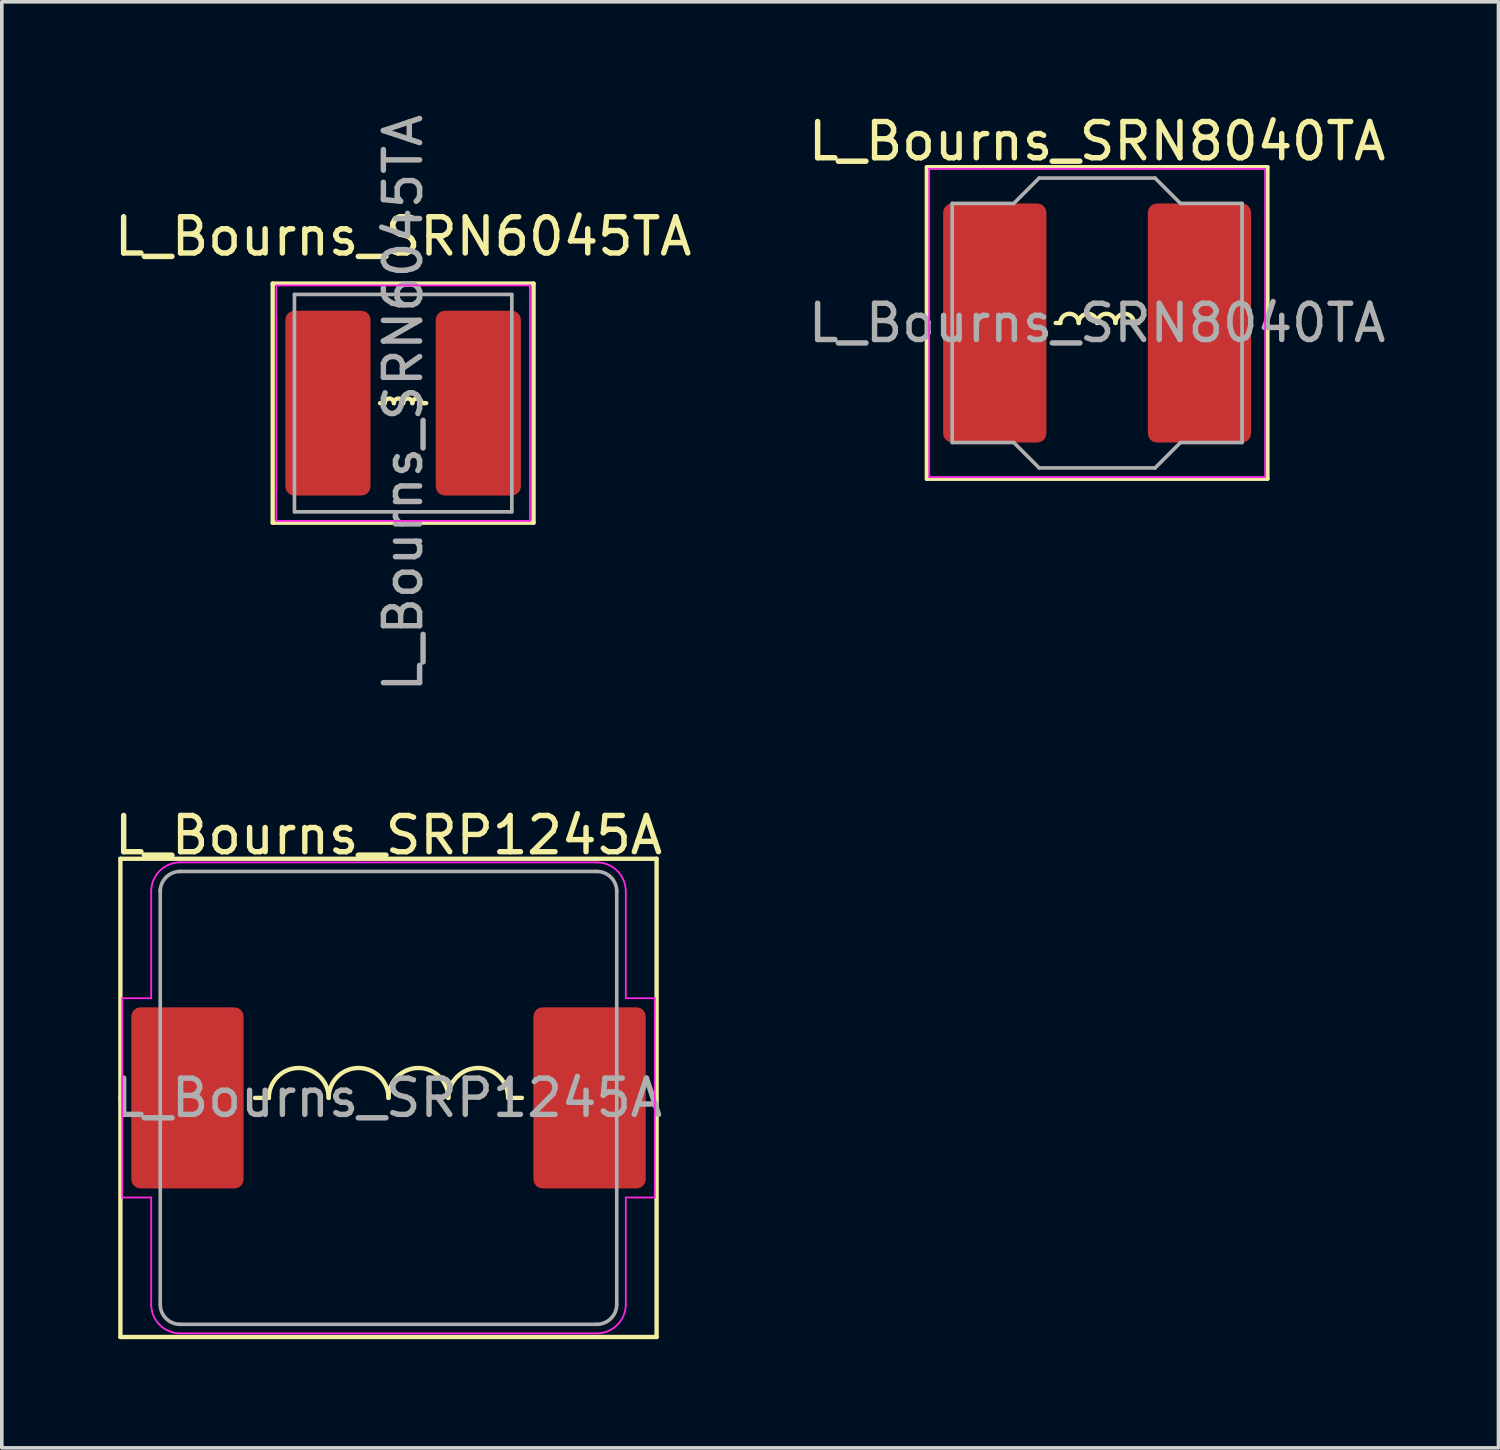
<source format=kicad_pcb>
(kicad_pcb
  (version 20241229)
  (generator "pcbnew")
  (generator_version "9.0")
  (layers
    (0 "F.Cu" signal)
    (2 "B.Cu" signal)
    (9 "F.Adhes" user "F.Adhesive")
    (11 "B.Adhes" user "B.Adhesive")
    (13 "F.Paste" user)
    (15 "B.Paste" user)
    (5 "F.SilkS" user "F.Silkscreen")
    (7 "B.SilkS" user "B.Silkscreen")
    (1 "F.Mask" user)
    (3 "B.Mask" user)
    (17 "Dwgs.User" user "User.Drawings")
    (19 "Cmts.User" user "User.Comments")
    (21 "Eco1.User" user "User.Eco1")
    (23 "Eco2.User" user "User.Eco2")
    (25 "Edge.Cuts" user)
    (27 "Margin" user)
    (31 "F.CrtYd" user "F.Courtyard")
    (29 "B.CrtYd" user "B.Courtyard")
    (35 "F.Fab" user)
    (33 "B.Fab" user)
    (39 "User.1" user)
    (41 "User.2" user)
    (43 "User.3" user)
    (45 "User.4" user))
  (footprint "L_Bourns_SRP1245A"
    (layer "F.Cu")
    (at 7.673 27.253)
    (property "Reference" "L_Bourns_SRP1245A" (at 0 -7.25 0) (layer "F.SilkS") (effects (font (size 1 1) (thickness 0.15))))
    (attr smd)
    (fp_line (start -7.4 -6.6) (end 7.4 -6.6) (stroke (width 0.12) (type solid)) (layer "F.SilkS"))
    (fp_line (start -7.4 0) (end -7.4 -6.6) (stroke (width 0.12) (type solid)) (layer "F.SilkS"))
    (fp_line (start -7.4 6.6) (end -7.4 0) (stroke (width 0.12) (type solid)) (layer "F.SilkS"))
    (fp_line (start -3.683 0) (end -3.302 0) (stroke (width 0.12) (type solid)) (layer "F.SilkS"))
    (fp_line (start 3.302 0) (end 3.683 0) (stroke (width 0.12) (type solid)) (layer "F.SilkS"))
    (fp_line (start 7.4 -6.6) (end 7.4 6.6) (stroke (width 0.12) (type solid)) (layer "F.SilkS"))
    (fp_line (start 7.4 6.6) (end -7.4 6.6) (stroke (width 0.12) (type solid)) (layer "F.SilkS"))
    (fp_arc (start -3.302 0) (mid -2.4765 -0.8255) (end -1.651 0) (stroke (width 0.12) (type solid)) (layer "F.SilkS"))
    (fp_arc (start -1.651 0) (mid -0.8255 -0.8255) (end 0 0) (stroke (width 0.12) (type solid)) (layer "F.SilkS"))
    (fp_arc (start 0 0) (mid 0.8255 -0.8255) (end 1.651 0) (stroke (width 0.12) (type solid)) (layer "F.SilkS"))
    (fp_arc (start 1.651 0) (mid 2.4765 -0.8255) (end 3.302 0) (stroke (width 0.12) (type solid)) (layer "F.SilkS"))
    (fp_line (start -7.35 -2.75) (end -6.55 -2.75) (stroke (width 0.05) (type solid)) (layer "F.CrtYd"))
    (fp_line (start -7.35 2.75) (end -7.35 -2.75) (stroke (width 0.05) (type solid)) (layer "F.CrtYd"))
    (fp_line (start -7.35 2.75) (end -6.55 2.75) (stroke (width 0.05) (type solid)) (layer "F.CrtYd"))
    (fp_line (start -6.55 -2.75) (end -6.55 -5.7) (stroke (width 0.05) (type solid)) (layer "F.CrtYd"))
    (fp_line (start -6.55 5.7) (end -6.55 2.75) (stroke (width 0.05) (type solid)) (layer "F.CrtYd"))
    (fp_line (start -5.75 -6.5) (end 5.75 -6.5) (stroke (width 0.05) (type solid)) (layer "F.CrtYd"))
    (fp_line (start 5.75 6.5) (end -5.75 6.5) (stroke (width 0.05) (type solid)) (layer "F.CrtYd"))
    (fp_line (start 6.55 -5.7) (end 6.55 -2.75) (stroke (width 0.05) (type solid)) (layer "F.CrtYd"))
    (fp_line (start 6.55 2.75) (end 6.55 5.7) (stroke (width 0.05) (type solid)) (layer "F.CrtYd"))
    (fp_line (start 7.35 -2.75) (end 6.55 -2.75) (stroke (width 0.05) (type solid)) (layer "F.CrtYd"))
    (fp_line (start 7.35 -2.75) (end 7.35 2.75) (stroke (width 0.05) (type solid)) (layer "F.CrtYd"))
    (fp_line (start 7.35 2.75) (end 6.55 2.75) (stroke (width 0.05) (type solid)) (layer "F.CrtYd"))
    (fp_arc (start -6.55 -5.7) (mid -6.315685 -6.265685) (end -5.75 -6.5) (stroke (width 0.05) (type solid)) (layer "F.CrtYd"))
    (fp_arc (start -5.75 6.5) (mid -6.315685 6.265685) (end -6.55 5.7) (stroke (width 0.05) (type solid)) (layer "F.CrtYd"))
    (fp_arc (start 5.75 -6.5) (mid 6.315685 -6.265685) (end 6.55 -5.7) (stroke (width 0.05) (type solid)) (layer "F.CrtYd"))
    (fp_arc (start 6.55 5.7) (mid 6.315685 6.265685) (end 5.75 6.5) (stroke (width 0.05) (type solid)) (layer "F.CrtYd"))
    (fp_line (start -6.3 -5.75) (end -6.3 5.7) (stroke (width 0.1) (type solid)) (layer "F.Fab"))
    (fp_line (start -5.75 -6.25) (end 5.75 -6.25) (stroke (width 0.1) (type solid)) (layer "F.Fab"))
    (fp_line (start 5.75 6.25) (end -5.75 6.25) (stroke (width 0.1) (type solid)) (layer "F.Fab"))
    (fp_line (start 6.3 -5.7) (end 6.3 5.7) (stroke (width 0.1) (type solid)) (layer "F.Fab"))
    (fp_arc (start -6.3 -5.7) (mid -6.138909 -6.088909) (end -5.75 -6.25) (stroke (width 0.1) (type solid)) (layer "F.Fab"))
    (fp_arc (start -5.75 6.25) (mid -6.138909 6.088909) (end -6.3 5.7) (stroke (width 0.1) (type solid)) (layer "F.Fab"))
    (fp_arc (start 5.75 -6.25) (mid 6.138909 -6.088909) (end 6.3 -5.7) (stroke (width 0.1) (type solid)) (layer "F.Fab"))
    (fp_arc (start 6.3 5.7) (mid 6.138909 6.088909) (end 5.75 6.25) (stroke (width 0.1) (type solid)) (layer "F.Fab"))
    (fp_text user "${REFERENCE}" (at 0 0 0) (layer "F.Fab") (effects (font (size 1 1) (thickness 0.15))))
    (pad "1" smd roundrect (at -5.55 0) (size 3.1 5) (layers "F.Cu" "F.Mask" "F.Paste") (roundrect_rratio 0.081))
    (pad "2" smd roundrect (at 5.55 0) (size 3.1 5) (layers "F.Cu" "F.Mask" "F.Paste") (roundrect_rratio 0.081)))
  (footprint "L_Bourns_SRN6045TA"
    (layer "F.Cu")
    (at 8.077 8.077)
    (property "Reference" "L_Bourns_SRN6045TA" (at 0 -4.6 0) (layer "F.SilkS") (effects (font (size 1 1) (thickness 0.15))))
    (attr smd)
    (fp_line (start -3.6 -3.3) (end -3.6 3.3) (stroke (width 0.12) (type solid)) (layer "F.SilkS"))
    (fp_line (start -3.6 3.3) (end 3.6 3.3) (stroke (width 0.12) (type solid)) (layer "F.SilkS"))
    (fp_line (start -0.508 0) (end -0.635 0) (stroke (width 0.12) (type solid)) (layer "F.SilkS"))
    (fp_line (start 0.508 0) (end 0.635 0) (stroke (width 0.12) (type solid)) (layer "F.SilkS"))
    (fp_line (start 3.6 -3.3) (end -3.6 -3.3) (stroke (width 0.12) (type solid)) (layer "F.SilkS"))
    (fp_line (start 3.6 3.3) (end 3.6 -3.3) (stroke (width 0.12) (type solid)) (layer "F.SilkS"))
    (fp_arc (start -0.508 0) (mid -0.381 -0.127) (end -0.254 0) (stroke (width 0.12) (type solid)) (layer "F.SilkS"))
    (fp_arc (start -0.254 0) (mid -0.127 -0.127) (end 0 0) (stroke (width 0.12) (type solid)) (layer "F.SilkS"))
    (fp_arc (start 0 0) (mid 0.127 -0.127) (end 0.254 0) (stroke (width 0.12) (type solid)) (layer "F.SilkS"))
    (fp_arc (start 0.254 0) (mid 0.381 -0.127) (end 0.508 0) (stroke (width 0.12) (type solid)) (layer "F.SilkS"))
    (fp_line (start -3.5 -3.25) (end -3.5 3.25) (stroke (width 0.05) (type solid)) (layer "F.CrtYd"))
    (fp_line (start -3.5 3.25) (end 3.5 3.25) (stroke (width 0.05) (type solid)) (layer "F.CrtYd"))
    (fp_line (start 3.5 -3.25) (end -3.5 -3.25) (stroke (width 0.05) (type solid)) (layer "F.CrtYd"))
    (fp_line (start 3.5 3.25) (end 3.5 -3.25) (stroke (width 0.05) (type solid)) (layer "F.CrtYd"))
    (fp_line (start -3 -3) (end -3 3) (stroke (width 0.1) (type solid)) (layer "F.Fab"))
    (fp_line (start -3 -3) (end 3 -3) (stroke (width 0.1) (type solid)) (layer "F.Fab"))
    (fp_line (start -3 3) (end 3 3) (stroke (width 0.1) (type solid)) (layer "F.Fab"))
    (fp_line (start 3 3) (end 3 -3) (stroke (width 0.1) (type solid)) (layer "F.Fab"))
    (fp_text user "${REFERENCE}" (at 0 0 90) (layer "F.Fab") (effects (font (size 1 1) (thickness 0.15))))
    (pad "1" smd roundrect (at -2.075 0) (size 2.35 5.1) (layers "F.Cu" "F.Mask" "F.Paste") (roundrect_rratio 0.106))
    (pad "2" smd roundrect (at 2.075 0) (size 2.35 5.1) (layers "F.Cu" "F.Mask" "F.Paste") (roundrect_rratio 0.106)))
  (footprint "L_Bourns_SRN8040TA"
    (layer "F.Cu")
    (at 27.232 5.865)
    (property "Reference" "L_Bourns_SRN8040TA" (at 0 -5.016 180) (layer "F.SilkS") (effects (font (size 1 1) (thickness 0.15))))
    (attr smd)
    (fp_line (start -4.7 -4.3) (end -4.7 4.3) (stroke (width 0.12) (type solid)) (layer "F.SilkS"))
    (fp_line (start -4.7 4.3) (end 4.7 4.3) (stroke (width 0.12) (type solid)) (layer "F.SilkS"))
    (fp_line (start -1.016 0) (end -1.143 0) (stroke (width 0.12) (type solid)) (layer "F.SilkS"))
    (fp_line (start 1.016 0) (end 1.143 0) (stroke (width 0.12) (type solid)) (layer "F.SilkS"))
    (fp_line (start 4.7 -4.3) (end -4.7 -4.3) (stroke (width 0.12) (type solid)) (layer "F.SilkS"))
    (fp_line (start 4.7 4.3) (end 4.7 -4.3) (stroke (width 0.12) (type solid)) (layer "F.SilkS"))
    (fp_arc (start -1.016 0) (mid -0.762 -0.254) (end -0.508 0) (stroke (width 0.12) (type solid)) (layer "F.SilkS"))
    (fp_arc (start -0.508 0) (mid -0.254 -0.254) (end 0 0) (stroke (width 0.12) (type solid)) (layer "F.SilkS"))
    (fp_arc (start 0 0) (mid 0.254 -0.254) (end 0.508 0) (stroke (width 0.12) (type solid)) (layer "F.SilkS"))
    (fp_arc (start 0.508 0) (mid 0.762 -0.254) (end 1.016 0) (stroke (width 0.12) (type solid)) (layer "F.SilkS"))
    (fp_line (start -4.636 -4.255) (end -4.636 4.255) (stroke (width 0.05) (type solid)) (layer "F.CrtYd"))
    (fp_line (start -4.636 4.255) (end 4.636 4.255) (stroke (width 0.05) (type solid)) (layer "F.CrtYd"))
    (fp_line (start 4.636 -4.255) (end -4.636 -4.255) (stroke (width 0.05) (type solid)) (layer "F.CrtYd"))
    (fp_line (start 4.636 4.25) (end 4.636 -4.25) (stroke (width 0.05) (type solid)) (layer "F.CrtYd"))
    (fp_line (start -4 3.3) (end -4 -3.3) (stroke (width 0.1) (type solid)) (layer "F.Fab"))
    (fp_line (start -2.3 -3.3) (end -4 -3.3) (stroke (width 0.1) (type solid)) (layer "F.Fab"))
    (fp_line (start -2.3 3.3) (end -4 3.3) (stroke (width 0.1) (type solid)) (layer "F.Fab"))
    (fp_line (start -1.6 -4) (end -2.3 -3.3) (stroke (width 0.1) (type solid)) (layer "F.Fab"))
    (fp_line (start -1.6 4) (end -2.3 3.3) (stroke (width 0.1) (type solid)) (layer "F.Fab"))
    (fp_line (start 1.6 -4) (end -1.6 -4) (stroke (width 0.1) (type solid)) (layer "F.Fab"))
    (fp_line (start 1.6 -4) (end 2.3 -3.3) (stroke (width 0.1) (type solid)) (layer "F.Fab"))
    (fp_line (start 1.6 4) (end -1.6 4) (stroke (width 0.1) (type solid)) (layer "F.Fab"))
    (fp_line (start 1.6 4) (end 2.3 3.3) (stroke (width 0.1) (type solid)) (layer "F.Fab"))
    (fp_line (start 2.3 -3.3) (end 4 -3.3) (stroke (width 0.1) (type solid)) (layer "F.Fab"))
    (fp_line (start 2.3 3.3) (end 4 3.3) (stroke (width 0.1) (type solid)) (layer "F.Fab"))
    (fp_line (start 4 -3.3) (end 4 3.3) (stroke (width 0.1) (type solid)) (layer "F.Fab"))
    (fp_text user "${REFERENCE}" (at 0 0 0) (layer "F.Fab") (effects (font (size 1 1) (thickness 0.15))))
    (pad "1" smd roundrect (at -2.825 0 270) (size 6.6 2.85) (layers "F.Cu" "F.Mask" "F.Paste") (roundrect_rratio 0.088))
    (pad "2" smd roundrect (at 2.825 0 270) (size 6.6 2.85) (layers "F.Cu" "F.Mask" "F.Paste") (roundrect_rratio 0.088)))
  (gr_rect
    (start -3 -3)
    (end 38.31 36.913)
    (stroke (width 0.1) (type default))
    (fill no)
    (layer "Edge.Cuts")))
</source>
